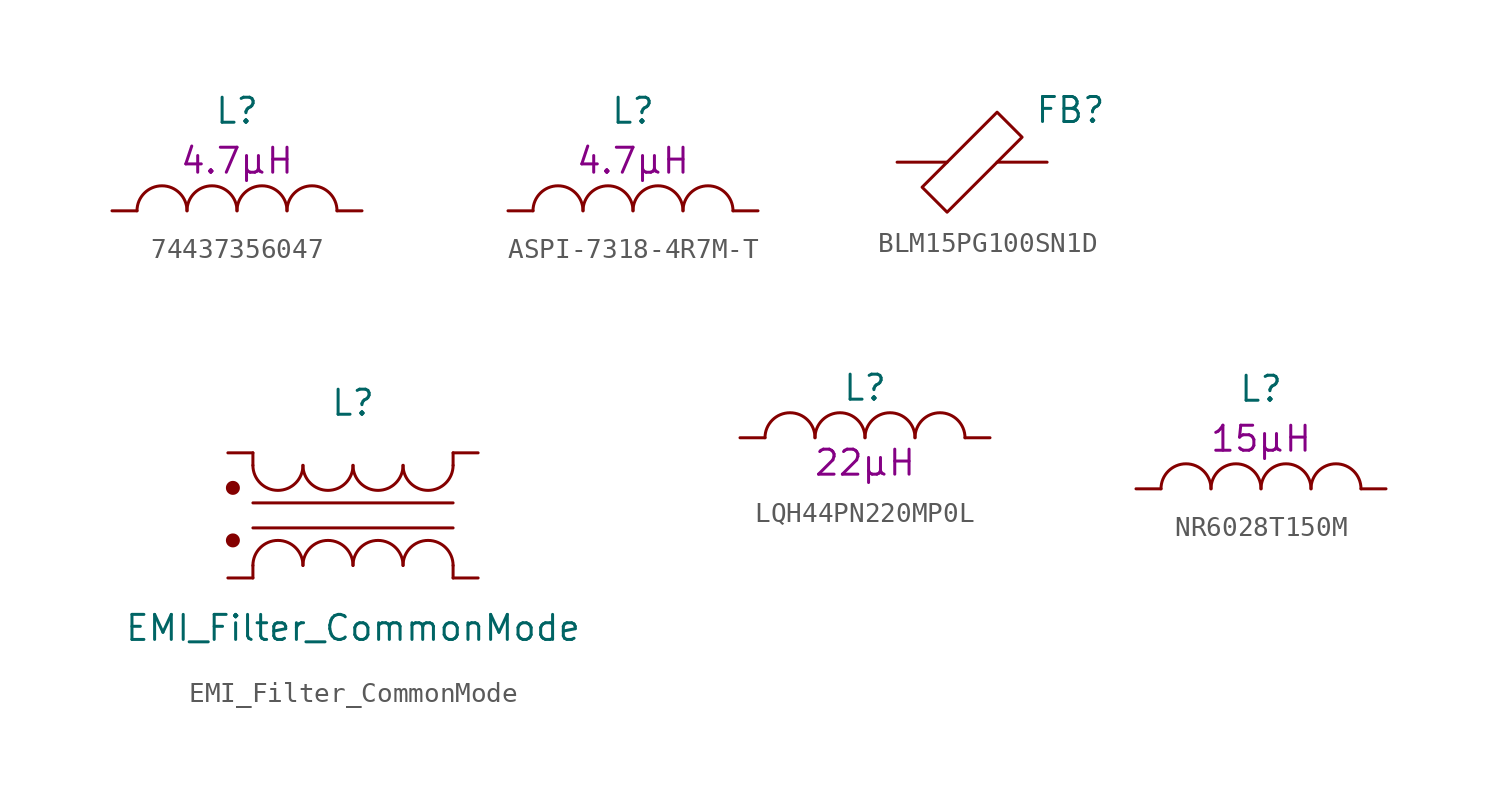
<source format=kicad_sym>
(kicad_symbol_lib
  (version 20220914)
  (generator kicad_symbol_editor)
  (symbol "74437356047"
    (pin_numbers hide)
    (pin_names
      (offset 1.016))
    (property "Reference" "L"
      (at 0 5.08 0)
      (effects (font (size 1.27 1.27))))
    (property "Inductance" "4.7µH"
      (at 0 2.54 0)
      (effects (font (size 1.27 1.27))))
    (symbol "74437356047_0_1"
      (arc (start -2.54 0) (mid -3.81 1.2645) (end -5.08 0) (stroke (width 0) (type solid)) (fill (type none)))
      (arc (start 0 0) (mid -1.27 1.2645) (end -2.54 0) (stroke (width 0) (type solid)) (fill (type none)))
      (arc (start 2.54 0) (mid 1.27 1.2645) (end 0 0) (stroke (width 0) (type solid)) (fill (type none)))
      (arc (start 5.08 0) (mid 3.81 1.2645) (end 2.54 0) (stroke (width 0) (type solid)) (fill (type none))))
    (symbol "74437356047_1_1"
      (pin passive line (at -6.35 0 0) (length 1.27) (name "~" (effects (font (size 1.27 1.27)))) (number "1" (effects (font (size 1.27 1.27)))))
      (pin passive line (at 6.35 0 180) (length 1.27) (name "~" (effects (font (size 1.27 1.27)))) (number "2" (effects (font (size 1.27 1.27)))))))
  (symbol "ASPI-7318-4R7M-T"
    (pin_numbers hide)
    (pin_names
      (offset 1.016))
    (property "Reference" "L"
      (at 0 5.08 0)
      (effects (font (size 1.27 1.27))))
    (property "Inductance" "4.7µH"
      (at 0 2.54 0)
      (effects (font (size 1.27 1.27))))
    (symbol "ASPI-7318-4R7M-T_0_1"
      (arc (start -2.54 0) (mid -3.81 1.2645) (end -5.08 0) (stroke (width 0) (type solid)) (fill (type none)))
      (arc (start 0 0) (mid -1.27 1.2645) (end -2.54 0) (stroke (width 0) (type solid)) (fill (type none)))
      (arc (start 2.54 0) (mid 1.27 1.2645) (end 0 0) (stroke (width 0) (type solid)) (fill (type none)))
      (arc (start 5.08 0) (mid 3.81 1.2645) (end 2.54 0) (stroke (width 0) (type solid)) (fill (type none))))
    (symbol "ASPI-7318-4R7M-T_1_1"
      (pin passive line (at -6.35 0 0) (length 1.27) (name "~" (effects (font (size 1.27 1.27)))) (number "1" (effects (font (size 1.27 1.27)))))
      (pin passive line (at 6.35 0 180) (length 1.27) (name "~" (effects (font (size 1.27 1.27)))) (number "2" (effects (font (size 1.27 1.27)))))))
  (symbol "BLM15PG100SN1D"
    (pin_numbers hide)
    (pin_names
      (offset 1.016))
    (property "Reference" "FB"
      (at 1.905 1.905 0)
      (effects (font (size 1.27 1.27)) (justify left bottom)))
    (symbol "BLM15PG100SN1D_0_1"
      (polyline (pts (xy -3.81 -1.27) (xy 0 2.54) (xy 1.27 1.27) (xy -2.54 -2.54) (xy -3.81 -1.27)) (stroke (width 0) (type solid)) (fill (type none))))
    (symbol "BLM15PG100SN1D_1_1"
      (pin passive line (at -5.08 0 0) (length 2.54) (name "~" (effects (font (size 1.27 1.27)))) (number "1" (effects (font (size 1.27 1.27)))))
      (pin passive line (at 2.54 0 180) (length 2.54) (name "~" (effects (font (size 1.27 1.27)))) (number "2" (effects (font (size 1.27 1.27)))))))
  (symbol "EMI_Filter_CommonMode"
    (pin_numbers hide)
    (pin_names
      (offset 1.016))
    (property "Reference" "L"
      (at 0 2.54 0)
      (effects (font (size 1.27 1.27))))
    (property "Value" "EMI_Filter_CommonMode"
      (at 0 -8.89 0)
      (effects (font (size 1.27 1.27))))
    (symbol "EMI_Filter_CommonMode_0_1"
      (circle (center -6.096 -1.778) (radius 0.279) (stroke (width 0) (type solid)) (fill (type outline)))
      (arc (start -5.08 -0.635) (mid -3.81 -1.8995) (end -2.54 -0.635) (stroke (width 0) (type solid)) (fill (type none)))
      (arc (start -2.54 -0.635) (mid -1.27 -1.8995) (end 0 -0.635) (stroke (width 0) (type solid)) (fill (type none)))
      (arc (start 0 -0.635) (mid 1.27 -1.8995) (end 2.54 -0.635) (stroke (width 0) (type solid)) (fill (type none)))
      (polyline (pts (xy -5.08 -5.715) (xy -5.08 -6.35)) (stroke (width 0) (type solid)) (fill (type none)))
      (polyline (pts (xy -5.08 -3.81) (xy 5.08 -3.81)) (stroke (width 0) (type solid)) (fill (type none)))
      (polyline (pts (xy -5.08 -2.54) (xy 5.08 -2.54)) (stroke (width 0) (type solid)) (fill (type none)))
      (polyline (pts (xy -5.08 0) (xy -5.08 -0.635)) (stroke (width 0) (type solid)) (fill (type none)))
      (polyline (pts (xy 5.08 -5.715) (xy 5.08 -6.35)) (stroke (width 0) (type solid)) (fill (type none)))
      (polyline (pts (xy 5.08 0) (xy 5.08 -0.635)) (stroke (width 0) (type solid)) (fill (type none)))
      (arc (start 2.54 -0.635) (mid 3.81 -1.8995) (end 5.08 -0.635) (stroke (width 0) (type solid)) (fill (type none))))
    (symbol "EMI_Filter_CommonMode_1_1"
      (circle (center -6.096 -4.445) (radius 0.279) (stroke (width 0) (type solid)) (fill (type outline)))
      (arc (start -2.54 -5.715) (mid -3.81 -4.4505) (end -5.08 -5.715) (stroke (width 0) (type solid)) (fill (type none)))
      (arc (start 0 -5.715) (mid -1.27 -4.4505) (end -2.54 -5.715) (stroke (width 0) (type solid)) (fill (type none)))
      (arc (start 2.54 -5.715) (mid 1.27 -4.4505) (end 0 -5.715) (stroke (width 0) (type solid)) (fill (type none)))
      (arc (start 5.08 -5.715) (mid 3.81 -4.4505) (end 2.54 -5.715) (stroke (width 0) (type solid)) (fill (type none)))
      (pin passive line (at -6.35 0 0) (length 1.27) (name "~" (effects (font (size 1.27 1.27)))) (number "1" (effects (font (size 1.27 1.27)))))
      (pin passive line (at 6.35 0 180) (length 1.27) (name "~" (effects (font (size 1.27 1.27)))) (number "2" (effects (font (size 1.27 1.27)))))
      (pin passive line (at -6.35 -6.35 0) (length 1.27) (name "~" (effects (font (size 1.27 1.27)))) (number "3" (effects (font (size 1.27 1.27)))))
      (pin passive line (at 6.35 -6.35 180) (length 1.27) (name "~" (effects (font (size 1.27 1.27)))) (number "4" (effects (font (size 1.27 1.27)))))))
  (symbol "LQH44PN220MP0L"
    (pin_numbers hide)
    (pin_names
      (offset 1.016))
    (property "Reference" "L"
      (at 0 2.54 0)
      (effects (font (size 1.27 1.27))))
    (property "Inductance" "22µH"
      (at 0 -1.27 0)
      (effects (font (size 1.27 1.27))))
    (symbol "LQH44PN220MP0L_0_1"
      (arc (start -2.54 0) (mid -3.81 1.2645) (end -5.08 0) (stroke (width 0) (type solid)) (fill (type none)))
      (arc (start 0 0) (mid -1.27 1.2645) (end -2.54 0) (stroke (width 0) (type solid)) (fill (type none)))
      (arc (start 2.54 0) (mid 1.27 1.2645) (end 0 0) (stroke (width 0) (type solid)) (fill (type none)))
      (arc (start 5.08 0) (mid 3.81 1.2645) (end 2.54 0) (stroke (width 0) (type solid)) (fill (type none))))
    (symbol "LQH44PN220MP0L_1_1"
      (pin passive line (at -6.35 0 0) (length 1.27) (name "~" (effects (font (size 1.27 1.27)))) (number "1" (effects (font (size 1.27 1.27)))))
      (pin passive line (at 6.35 0 180) (length 1.27) (name "~" (effects (font (size 1.27 1.27)))) (number "2" (effects (font (size 1.27 1.27)))))))
  (symbol "NR6028T150M"
    (pin_numbers hide)
    (pin_names
      (offset 1.016))
    (property "Reference" "L"
      (at 0 5.08 0)
      (effects (font (size 1.27 1.27))))
    (property "Inductance" "15µH"
      (at 0 2.54 0)
      (effects (font (size 1.27 1.27))))
    (symbol "NR6028T150M_0_1"
      (arc (start -2.54 0) (mid -3.81 1.2645) (end -5.08 0) (stroke (width 0) (type solid)) (fill (type none)))
      (arc (start 0 0) (mid -1.27 1.2645) (end -2.54 0) (stroke (width 0) (type solid)) (fill (type none)))
      (arc (start 2.54 0) (mid 1.27 1.2645) (end 0 0) (stroke (width 0) (type solid)) (fill (type none)))
      (arc (start 5.08 0) (mid 3.81 1.2645) (end 2.54 0) (stroke (width 0) (type solid)) (fill (type none))))
    (symbol "NR6028T150M_1_1"
      (pin passive line (at -6.35 0 0) (length 1.27) (name "~" (effects (font (size 1.27 1.27)))) (number "1" (effects (font (size 1.27 1.27)))))
      (pin passive line (at 6.35 0 180) (length 1.27) (name "~" (effects (font (size 1.27 1.27)))) (number "2" (effects (font (size 1.27 1.27))))))))
</source>
